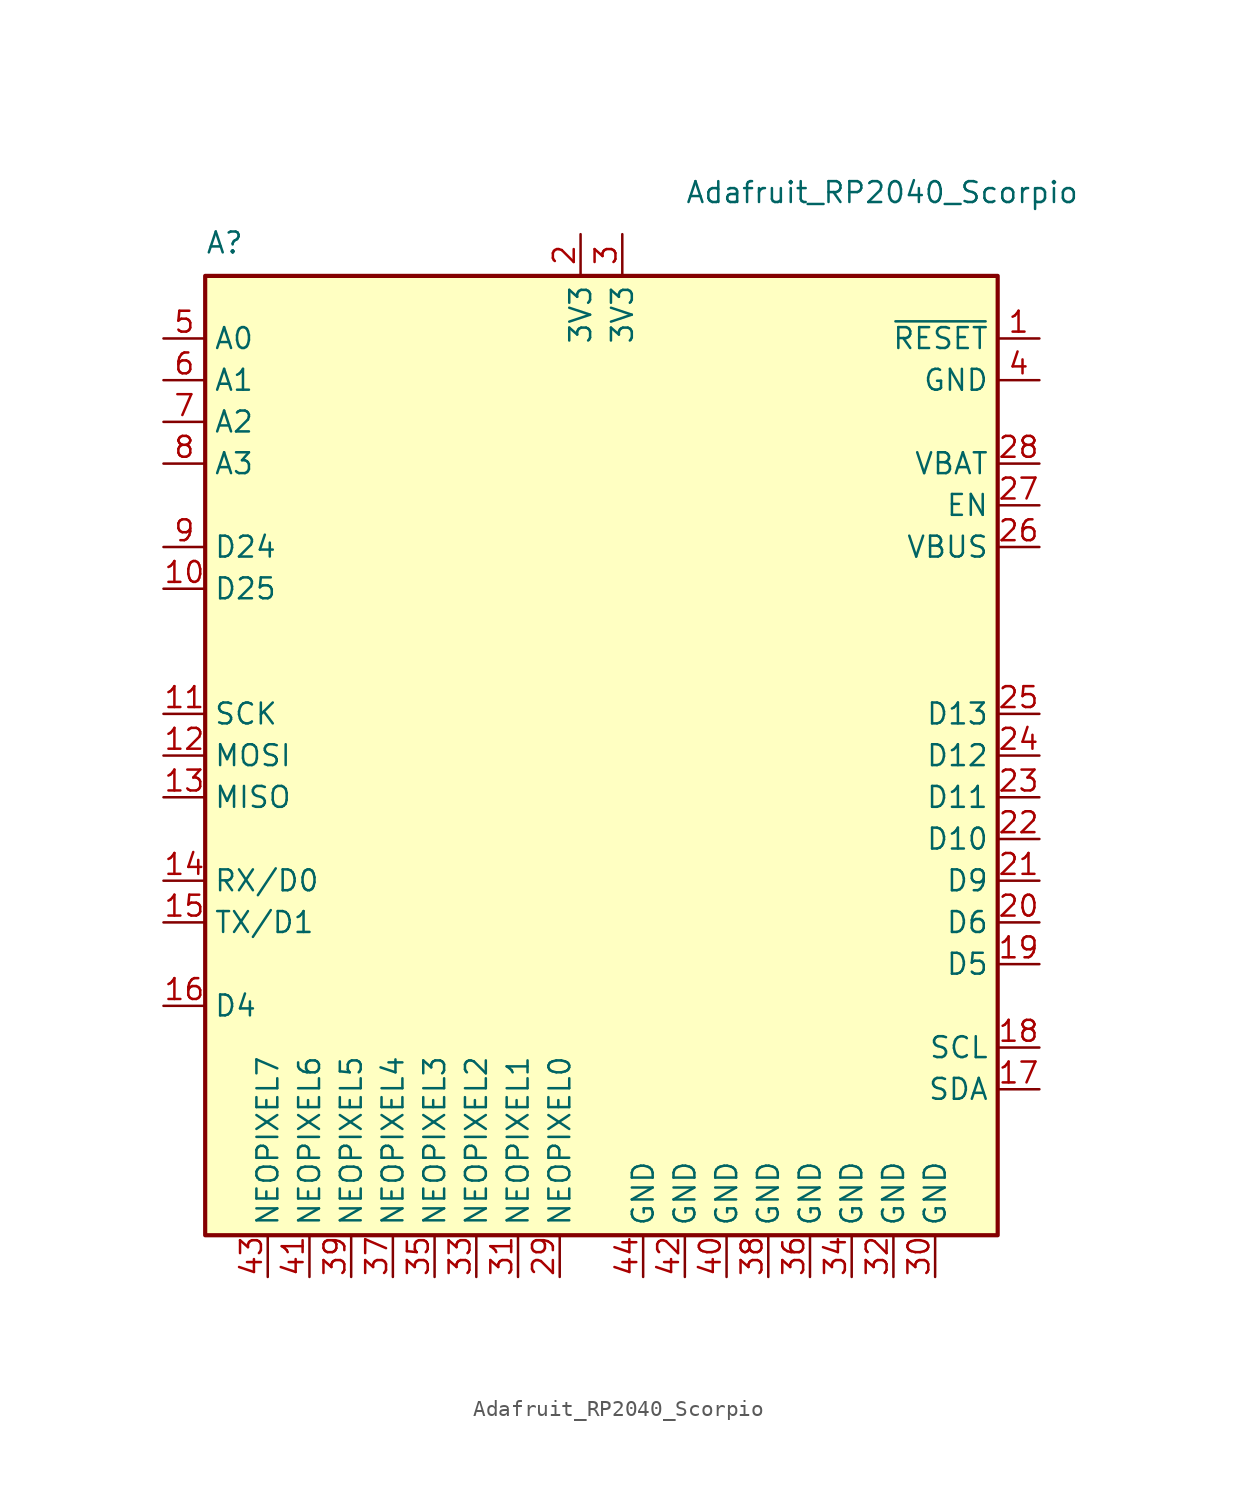
<source format=kicad_sym>
(kicad_symbol_lib
  (version 20220914)
  (generator kicad_symbol_editor)
  (symbol "Adafruit_RP2040_Scorpio"
    (property "Reference" "A"
      (at -24.13 29.21 0)
      (effects (font (size 1.27 1.27)) (justify left bottom)))
    (property "Value" "Adafruit_RP2040_Scorpio"
      (at 5.08 33.02 0)
      (effects (font (size 1.27 1.27)) (justify left)))
    (symbol "Adafruit_RP2040_Scorpio_0_1"
      (rectangle (start -24.13 27.94) (end 24.13 -30.48) (stroke (width 0.254) (type default)) (fill (type background))))
    (symbol "Adafruit_RP2040_Scorpio_1_1"
      (pin input line (at 26.67 24.13 180) (length 2.54) (name "~{RESET}" (effects (font (size 1.27 1.27)))) (number "1" (effects (font (size 1.27 1.27)))))
      (pin bidirectional line (at -26.67 8.89 0) (length 2.54) (name "D25" (effects (font (size 1.27 1.27)))) (number "10" (effects (font (size 1.27 1.27)))))
      (pin bidirectional line (at -26.67 1.27 0) (length 2.54) (name "SCK" (effects (font (size 1.27 1.27)))) (number "11" (effects (font (size 1.27 1.27)))))
      (pin bidirectional line (at -26.67 -1.27 0) (length 2.54) (name "MOSI" (effects (font (size 1.27 1.27)))) (number "12" (effects (font (size 1.27 1.27)))))
      (pin bidirectional line (at -26.67 -3.81 0) (length 2.54) (name "MISO" (effects (font (size 1.27 1.27)))) (number "13" (effects (font (size 1.27 1.27)))))
      (pin bidirectional line (at -26.67 -8.89 0) (length 2.54) (name "RX/D0" (effects (font (size 1.27 1.27)))) (number "14" (effects (font (size 1.27 1.27)))))
      (pin bidirectional line (at -26.67 -11.43 0) (length 2.54) (name "TX/D1" (effects (font (size 1.27 1.27)))) (number "15" (effects (font (size 1.27 1.27)))))
      (pin bidirectional line (at -26.67 -16.51 0) (length 2.54) (name "D4" (effects (font (size 1.27 1.27)))) (number "16" (effects (font (size 1.27 1.27)))))
      (pin bidirectional line (at 26.67 -21.59 180) (length 2.54) (name "SDA" (effects (font (size 1.27 1.27)))) (number "17" (effects (font (size 1.27 1.27)))))
      (pin bidirectional line (at 26.67 -19.05 180) (length 2.54) (name "SCL" (effects (font (size 1.27 1.27)))) (number "18" (effects (font (size 1.27 1.27)))))
      (pin bidirectional line (at 26.67 -13.97 180) (length 2.54) (name "D5" (effects (font (size 1.27 1.27)))) (number "19" (effects (font (size 1.27 1.27)))))
      (pin power_in line (at -1.27 30.48 270) (length 2.54) (name "3V3" (effects (font (size 1.27 1.27)))) (number "2" (effects (font (size 1.27 1.27)))))
      (pin bidirectional line (at 26.67 -11.43 180) (length 2.54) (name "D6" (effects (font (size 1.27 1.27)))) (number "20" (effects (font (size 1.27 1.27)))))
      (pin bidirectional line (at 26.67 -8.89 180) (length 2.54) (name "D9" (effects (font (size 1.27 1.27)))) (number "21" (effects (font (size 1.27 1.27)))))
      (pin bidirectional line (at 26.67 -6.35 180) (length 2.54) (name "D10" (effects (font (size 1.27 1.27)))) (number "22" (effects (font (size 1.27 1.27)))))
      (pin bidirectional line (at 26.67 -3.81 180) (length 2.54) (name "D11" (effects (font (size 1.27 1.27)))) (number "23" (effects (font (size 1.27 1.27)))))
      (pin bidirectional line (at 26.67 -1.27 180) (length 2.54) (name "D12" (effects (font (size 1.27 1.27)))) (number "24" (effects (font (size 1.27 1.27)))))
      (pin bidirectional line (at 26.67 1.27 180) (length 2.54) (name "D13" (effects (font (size 1.27 1.27)))) (number "25" (effects (font (size 1.27 1.27)))))
      (pin power_out line (at 26.67 11.43 180) (length 2.54) (name "VBUS" (effects (font (size 1.27 1.27)))) (number "26" (effects (font (size 1.27 1.27)))))
      (pin input line (at 26.67 13.97 180) (length 2.54) (name "EN" (effects (font (size 1.27 1.27)))) (number "27" (effects (font (size 1.27 1.27)))))
      (pin power_out line (at 26.67 16.51 180) (length 2.54) (name "VBAT" (effects (font (size 1.27 1.27)))) (number "28" (effects (font (size 1.27 1.27)))))
      (pin bidirectional line (at -2.54 -33.02 90) (length 2.54) (name "NEOPIXEL0" (effects (font (size 1.27 1.27)))) (number "29" (effects (font (size 1.27 1.27)))))
      (pin power_in line (at 1.27 30.48 270) (length 2.54) (name "3V3" (effects (font (size 1.27 1.27)))) (number "3" (effects (font (size 1.27 1.27)))))
      (pin power_in line (at 20.32 -33.02 90) (length 2.54) (name "GND" (effects (font (size 1.27 1.27)))) (number "30" (effects (font (size 1.27 1.27)))))
      (pin bidirectional line (at -5.08 -33.02 90) (length 2.54) (name "NEOPIXEL1" (effects (font (size 1.27 1.27)))) (number "31" (effects (font (size 1.27 1.27)))))
      (pin power_in line (at 17.78 -33.02 90) (length 2.54) (name "GND" (effects (font (size 1.27 1.27)))) (number "32" (effects (font (size 1.27 1.27)))))
      (pin bidirectional line (at -7.62 -33.02 90) (length 2.54) (name "NEOPIXEL2" (effects (font (size 1.27 1.27)))) (number "33" (effects (font (size 1.27 1.27)))))
      (pin power_in line (at 15.24 -33.02 90) (length 2.54) (name "GND" (effects (font (size 1.27 1.27)))) (number "34" (effects (font (size 1.27 1.27)))))
      (pin bidirectional line (at -10.16 -33.02 90) (length 2.54) (name "NEOPIXEL3" (effects (font (size 1.27 1.27)))) (number "35" (effects (font (size 1.27 1.27)))))
      (pin power_in line (at 12.7 -33.02 90) (length 2.54) (name "GND" (effects (font (size 1.27 1.27)))) (number "36" (effects (font (size 1.27 1.27)))))
      (pin bidirectional line (at -12.7 -33.02 90) (length 2.54) (name "NEOPIXEL4" (effects (font (size 1.27 1.27)))) (number "37" (effects (font (size 1.27 1.27)))))
      (pin power_in line (at 10.16 -33.02 90) (length 2.54) (name "GND" (effects (font (size 1.27 1.27)))) (number "38" (effects (font (size 1.27 1.27)))))
      (pin bidirectional line (at -15.24 -33.02 90) (length 2.54) (name "NEOPIXEL5" (effects (font (size 1.27 1.27)))) (number "39" (effects (font (size 1.27 1.27)))))
      (pin power_in line (at 26.67 21.59 180) (length 2.54) (name "GND" (effects (font (size 1.27 1.27)))) (number "4" (effects (font (size 1.27 1.27)))))
      (pin power_in line (at 7.62 -33.02 90) (length 2.54) (name "GND" (effects (font (size 1.27 1.27)))) (number "40" (effects (font (size 1.27 1.27)))))
      (pin bidirectional line (at -17.78 -33.02 90) (length 2.54) (name "NEOPIXEL6" (effects (font (size 1.27 1.27)))) (number "41" (effects (font (size 1.27 1.27)))))
      (pin power_in line (at 5.08 -33.02 90) (length 2.54) (name "GND" (effects (font (size 1.27 1.27)))) (number "42" (effects (font (size 1.27 1.27)))))
      (pin bidirectional line (at -20.32 -33.02 90) (length 2.54) (name "NEOPIXEL7" (effects (font (size 1.27 1.27)))) (number "43" (effects (font (size 1.27 1.27)))))
      (pin power_in line (at 2.54 -33.02 90) (length 2.54) (name "GND" (effects (font (size 1.27 1.27)))) (number "44" (effects (font (size 1.27 1.27)))))
      (pin bidirectional line (at -26.67 24.13 0) (length 2.54) (name "A0" (effects (font (size 1.27 1.27)))) (number "5" (effects (font (size 1.27 1.27)))))
      (pin bidirectional line (at -26.67 21.59 0) (length 2.54) (name "A1" (effects (font (size 1.27 1.27)))) (number "6" (effects (font (size 1.27 1.27)))))
      (pin bidirectional line (at -26.67 19.05 0) (length 2.54) (name "A2" (effects (font (size 1.27 1.27)))) (number "7" (effects (font (size 1.27 1.27)))))
      (pin bidirectional line (at -26.67 16.51 0) (length 2.54) (name "A3" (effects (font (size 1.27 1.27)))) (number "8" (effects (font (size 1.27 1.27)))))
      (pin bidirectional line (at -26.67 11.43 0) (length 2.54) (name "D24" (effects (font (size 1.27 1.27)))) (number "9" (effects (font (size 1.27 1.27))))))))
</source>
